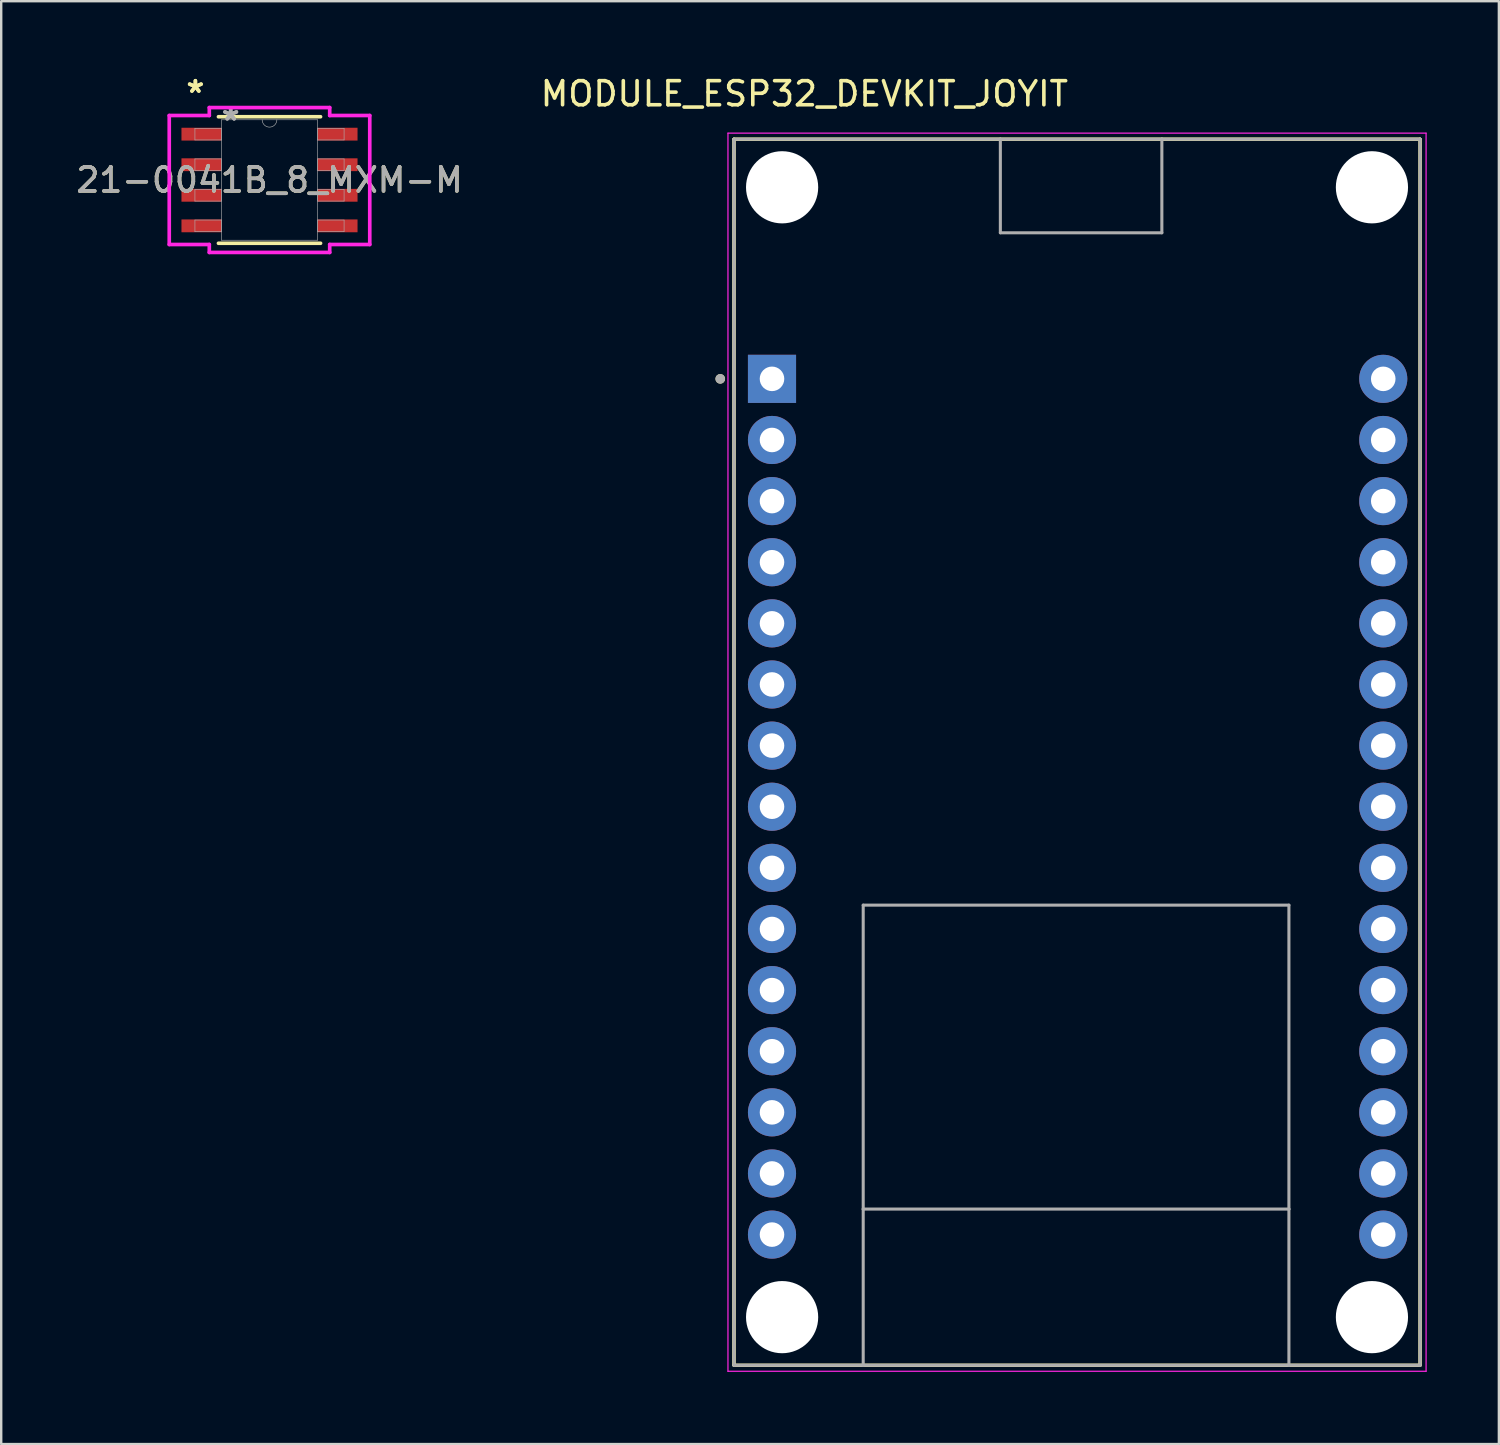
<source format=kicad_pcb>
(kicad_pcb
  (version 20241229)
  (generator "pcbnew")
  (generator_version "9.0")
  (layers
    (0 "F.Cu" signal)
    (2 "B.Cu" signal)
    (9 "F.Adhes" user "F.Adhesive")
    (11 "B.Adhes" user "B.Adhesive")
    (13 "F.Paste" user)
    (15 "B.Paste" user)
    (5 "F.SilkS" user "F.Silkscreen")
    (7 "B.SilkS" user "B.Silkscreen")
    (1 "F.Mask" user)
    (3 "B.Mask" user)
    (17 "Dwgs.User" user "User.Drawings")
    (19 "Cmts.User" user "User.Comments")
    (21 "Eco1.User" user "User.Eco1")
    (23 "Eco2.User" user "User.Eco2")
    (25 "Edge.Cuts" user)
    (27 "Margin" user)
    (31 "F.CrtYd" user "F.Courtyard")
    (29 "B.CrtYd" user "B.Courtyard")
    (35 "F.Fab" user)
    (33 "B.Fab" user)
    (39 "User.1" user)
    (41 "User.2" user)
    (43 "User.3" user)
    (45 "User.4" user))
  (footprint "MODULE_ESP32_DEVKIT_JOYIT"
    (layer "F.Cu")
    (at 41.73 28.208)
    (property "Reference" "MODULE_ESP32_DEVKIT_JOYIT" (at -11.355 -27.36 0) (layer "F.SilkS") (effects (font (size 1 1) (thickness 0.15))))
    (attr through_hole)
    (fp_line (start -14.28 -25.475) (end -3.211 -25.475) (stroke (width 0.127) (type solid)) (layer "F.SilkS"))
    (fp_line (start -14.28 -25.475) (end 14.23 -25.475) (stroke (width 0.127) (type solid)) (layer "F.SilkS"))
    (fp_line (start -14.28 25.475) (end -14.28 -25.475) (stroke (width 0.127) (type solid)) (layer "F.SilkS"))
    (fp_line (start -14.28 25.475) (end -14.28 -25.475) (stroke (width 0.127) (type solid)) (layer "F.SilkS"))
    (fp_line (start -14.28 25.475) (end -8.91 25.475) (stroke (width 0.127) (type solid)) (layer "F.SilkS"))
    (fp_line (start -8.91 25.475) (end 8.78 25.475) (stroke (width 0.127) (type solid)) (layer "F.SilkS"))
    (fp_line (start -3.211 -25.475) (end 3.5 -25.475) (stroke (width 0.127) (type solid)) (layer "F.SilkS"))
    (fp_line (start 3.5 -25.475) (end 14.23 -25.475) (stroke (width 0.127) (type solid)) (layer "F.SilkS"))
    (fp_line (start 8.78 25.475) (end 14.23 25.475) (stroke (width 0.127) (type solid)) (layer "F.SilkS"))
    (fp_line (start 14.23 -25.475) (end 14.23 25.475) (stroke (width 0.127) (type solid)) (layer "F.SilkS"))
    (fp_line (start 14.23 -25.475) (end 14.23 25.475) (stroke (width 0.127) (type solid)) (layer "F.SilkS"))
    (fp_line (start 14.23 25.475) (end -14.28 25.475) (stroke (width 0.127) (type solid)) (layer "F.SilkS"))
    (fp_circle (center -14.85 -15.515) (end -14.75 -15.515) (stroke (width 0.2) (type solid)) (fill no) (layer "F.SilkS"))
    (fp_line (start -14.53 -25.725) (end -14.53 25.725) (stroke (width 0.05) (type solid)) (layer "F.CrtYd"))
    (fp_line (start -14.53 25.725) (end 14.48 25.725) (stroke (width 0.05) (type solid)) (layer "F.CrtYd"))
    (fp_line (start 14.48 -25.725) (end -14.53 -25.725) (stroke (width 0.05) (type solid)) (layer "F.CrtYd"))
    (fp_line (start 14.48 25.725) (end 14.48 -25.725) (stroke (width 0.05) (type solid)) (layer "F.CrtYd"))
    (fp_line (start -14.28 -25.475) (end -3.211 -25.475) (stroke (width 0.127) (type solid)) (layer "F.Fab"))
    (fp_line (start -14.28 25.475) (end -14.28 -25.475) (stroke (width 0.127) (type solid)) (layer "F.Fab"))
    (fp_line (start -14.28 25.475) (end -8.91 25.475) (stroke (width 0.127) (type solid)) (layer "F.Fab"))
    (fp_line (start -8.91 6.355) (end 8.78 6.355) (stroke (width 0.127) (type solid)) (layer "F.Fab"))
    (fp_line (start -8.91 18.985) (end -8.91 6.355) (stroke (width 0.127) (type solid)) (layer "F.Fab"))
    (fp_line (start -8.91 18.985) (end 8.78 18.985) (stroke (width 0.127) (type solid)) (layer "F.Fab"))
    (fp_line (start -8.91 25.475) (end -8.91 18.985) (stroke (width 0.127) (type solid)) (layer "F.Fab"))
    (fp_line (start -8.91 25.475) (end 8.78 25.475) (stroke (width 0.127) (type solid)) (layer "F.Fab"))
    (fp_line (start -3.211 -25.475) (end 3.5 -25.475) (stroke (width 0.127) (type solid)) (layer "F.Fab"))
    (fp_line (start -3.211 -21.585) (end -3.211 -25.475) (stroke (width 0.127) (type solid)) (layer "F.Fab"))
    (fp_line (start 3.5 -25.475) (end 3.5 -21.585) (stroke (width 0.127) (type solid)) (layer "F.Fab"))
    (fp_line (start 3.5 -25.475) (end 14.23 -25.475) (stroke (width 0.127) (type solid)) (layer "F.Fab"))
    (fp_line (start 3.5 -21.585) (end -3.211 -21.585) (stroke (width 0.127) (type solid)) (layer "F.Fab"))
    (fp_line (start 8.78 6.355) (end 8.78 18.985) (stroke (width 0.127) (type solid)) (layer "F.Fab"))
    (fp_line (start 8.78 18.985) (end 8.78 25.475) (stroke (width 0.127) (type solid)) (layer "F.Fab"))
    (fp_line (start 8.78 25.475) (end 14.23 25.475) (stroke (width 0.127) (type solid)) (layer "F.Fab"))
    (fp_line (start 14.23 -25.475) (end 14.23 25.475) (stroke (width 0.127) (type solid)) (layer "F.Fab"))
    (fp_circle (center -14.85 -15.515) (end -14.75 -15.515) (stroke (width 0.2) (type solid)) (fill no) (layer "F.Fab"))
    (pad "" np_thru_hole circle (at -12.28 -23.475) (size 3 3) (drill 3) (layers "*.Cu" "*.Mask"))
    (pad "" np_thru_hole circle (at -12.28 23.475) (size 3 3) (drill 3) (layers "*.Cu" "*.Mask"))
    (pad "" np_thru_hole circle (at 12.23 -23.475) (size 3 3) (drill 3) (layers "*.Cu" "*.Mask"))
    (pad "" np_thru_hole circle (at 12.23 23.475) (size 3 3) (drill 3) (layers "*.Cu" "*.Mask"))
    (pad "1" thru_hole rect (at -12.7 -15.515) (size 2 2) (drill 1.02) (layers "*.Cu" "*.Mask"))
    (pad "2" thru_hole circle (at -12.7 -12.975) (size 2 2) (drill 1.02) (layers "*.Cu" "*.Mask"))
    (pad "3" thru_hole circle (at -12.7 -10.435) (size 2 2) (drill 1.02) (layers "*.Cu" "*.Mask"))
    (pad "4" thru_hole circle (at -12.7 -7.895) (size 2 2) (drill 1.02) (layers "*.Cu" "*.Mask"))
    (pad "5" thru_hole circle (at -12.7 -5.355) (size 2 2) (drill 1.02) (layers "*.Cu" "*.Mask"))
    (pad "6" thru_hole circle (at -12.7 -2.815) (size 2 2) (drill 1.02) (layers "*.Cu" "*.Mask"))
    (pad "7" thru_hole circle (at -12.7 -0.275) (size 2 2) (drill 1.02) (layers "*.Cu" "*.Mask"))
    (pad "8" thru_hole circle (at -12.7 2.265) (size 2 2) (drill 1.02) (layers "*.Cu" "*.Mask"))
    (pad "9" thru_hole circle (at -12.7 4.805) (size 2 2) (drill 1.02) (layers "*.Cu" "*.Mask"))
    (pad "10" thru_hole circle (at -12.7 7.345) (size 2 2) (drill 1.02) (layers "*.Cu" "*.Mask"))
    (pad "11" thru_hole circle (at -12.7 9.885) (size 2 2) (drill 1.02) (layers "*.Cu" "*.Mask"))
    (pad "12" thru_hole circle (at -12.7 12.425) (size 2 2) (drill 1.02) (layers "*.Cu" "*.Mask"))
    (pad "13" thru_hole circle (at -12.7 14.965) (size 2 2) (drill 1.02) (layers "*.Cu" "*.Mask"))
    (pad "14" thru_hole circle (at -12.7 17.505) (size 2 2) (drill 1.02) (layers "*.Cu" "*.Mask"))
    (pad "15" thru_hole circle (at -12.7 20.045) (size 2 2) (drill 1.02) (layers "*.Cu" "*.Mask"))
    (pad "16" thru_hole circle (at 12.7 20.045) (size 2 2) (drill 1.02) (layers "*.Cu" "*.Mask"))
    (pad "17" thru_hole circle (at 12.7 17.505) (size 2 2) (drill 1.02) (layers "*.Cu" "*.Mask"))
    (pad "18" thru_hole circle (at 12.7 14.965) (size 2 2) (drill 1.02) (layers "*.Cu" "*.Mask"))
    (pad "19" thru_hole circle (at 12.7 12.425) (size 2 2) (drill 1.02) (layers "*.Cu" "*.Mask"))
    (pad "20" thru_hole circle (at 12.7 9.885) (size 2 2) (drill 1.02) (layers "*.Cu" "*.Mask"))
    (pad "21" thru_hole circle (at 12.7 7.345) (size 2 2) (drill 1.02) (layers "*.Cu" "*.Mask"))
    (pad "22" thru_hole circle (at 12.7 4.805) (size 2 2) (drill 1.02) (layers "*.Cu" "*.Mask"))
    (pad "23" thru_hole circle (at 12.7 2.265) (size 2 2) (drill 1.02) (layers "*.Cu" "*.Mask"))
    (pad "24" thru_hole circle (at 12.7 -0.275) (size 2 2) (drill 1.02) (layers "*.Cu" "*.Mask"))
    (pad "25" thru_hole circle (at 12.7 -2.815) (size 2 2) (drill 1.02) (layers "*.Cu" "*.Mask"))
    (pad "26" thru_hole circle (at 12.7 -5.355) (size 2 2) (drill 1.02) (layers "*.Cu" "*.Mask"))
    (pad "27" thru_hole circle (at 12.7 -7.895) (size 2 2) (drill 1.02) (layers "*.Cu" "*.Mask"))
    (pad "28" thru_hole circle (at 12.7 -10.435) (size 2 2) (drill 1.02) (layers "*.Cu" "*.Mask"))
    (pad "29" thru_hole circle (at 12.7 -12.975) (size 2 2) (drill 1.02) (layers "*.Cu" "*.Mask"))
    (pad "30" thru_hole circle (at 12.7 -15.515) (size 2 2) (drill 1.02) (layers "*.Cu" "*.Mask"))
    (zone (net_name "") (layer "F.Cu") (hatch full 0.508) (connect_pads) (min_thickness 0.01) (filled_areas_thickness no) (keepout (tracks not_allowed) (vias not_allowed) (pads not_allowed) (copperpour not_allowed) (footprints allowed)) (placement (enabled no)) (fill) (polygon (pts (xy 32.82 47.193) (xy 50.51 47.193) (xy 50.51 53.683) (xy 32.82 53.683))))
    (zone (net_name "") (layers "F.Cu" "B.Cu") (hatch full 0.508) (connect_pads) (min_thickness 0.01) (filled_areas_thickness no) (keepout (tracks allowed) (vias not_allowed) (pads allowed) (copperpour allowed) (footprints allowed)) (placement (enabled no)) (fill) (polygon (pts (xy 32.82 47.193) (xy 50.51 47.193) (xy 50.51 53.683) (xy 32.82 53.683))))
    (zone (net_name "") (layer "B.Cu") (hatch full 0.508) (connect_pads) (min_thickness 0.01) (filled_areas_thickness no) (keepout (tracks not_allowed) (vias not_allowed) (pads not_allowed) (copperpour not_allowed) (footprints allowed)) (placement (enabled no)) (fill) (polygon (pts (xy 32.82 47.193) (xy 50.51 47.193) (xy 50.51 53.683) (xy 32.82 53.683)))))
  (footprint "21-0041B_8_MXM-M"
    (layer "F.Cu")
    (at 8.149 4.43)
    (property "Reference" "21-0041B_8_MXM-M" (at 0 0 0) (unlocked yes) (layer "F.SilkS") (effects (font (size 1 1) (thickness 0.15))))
    (attr smd)
    (fp_line (start -2.121 2.629) (end 2.121 2.629) (stroke (width 0.152) (type solid)) (layer "F.SilkS"))
    (fp_line (start 2.121 -2.629) (end -2.121 -2.629) (stroke (width 0.152) (type solid)) (layer "F.SilkS"))
    (fp_line (start -4.166 -2.68) (end -2.502 -2.68) (stroke (width 0.152) (type solid)) (layer "F.CrtYd"))
    (fp_line (start -4.166 2.68) (end -4.166 -2.68) (stroke (width 0.152) (type solid)) (layer "F.CrtYd"))
    (fp_line (start -4.166 2.68) (end -2.502 2.68) (stroke (width 0.152) (type solid)) (layer "F.CrtYd"))
    (fp_line (start -2.502 -3.01) (end 2.502 -3.01) (stroke (width 0.152) (type solid)) (layer "F.CrtYd"))
    (fp_line (start -2.502 -2.68) (end -2.502 -3.01) (stroke (width 0.152) (type solid)) (layer "F.CrtYd"))
    (fp_line (start -2.502 3.01) (end -2.502 2.68) (stroke (width 0.152) (type solid)) (layer "F.CrtYd"))
    (fp_line (start 2.502 -3.01) (end 2.502 -2.68) (stroke (width 0.152) (type solid)) (layer "F.CrtYd"))
    (fp_line (start 2.502 2.68) (end 2.502 3.01) (stroke (width 0.152) (type solid)) (layer "F.CrtYd"))
    (fp_line (start 2.502 3.01) (end -2.502 3.01) (stroke (width 0.152) (type solid)) (layer "F.CrtYd"))
    (fp_line (start 4.166 -2.68) (end 2.502 -2.68) (stroke (width 0.152) (type solid)) (layer "F.CrtYd"))
    (fp_line (start 4.166 -2.68) (end 4.166 2.68) (stroke (width 0.152) (type solid)) (layer "F.CrtYd"))
    (fp_line (start 4.166 2.68) (end 2.502 2.68) (stroke (width 0.152) (type solid)) (layer "F.CrtYd"))
    (fp_line (start -3.099 -2.146) (end -3.099 -1.664) (stroke (width 0.025) (type solid)) (layer "F.Fab"))
    (fp_line (start -3.099 -1.664) (end -1.994 -1.664) (stroke (width 0.025) (type solid)) (layer "F.Fab"))
    (fp_line (start -3.099 -0.876) (end -3.099 -0.394) (stroke (width 0.025) (type solid)) (layer "F.Fab"))
    (fp_line (start -3.099 -0.394) (end -1.994 -0.394) (stroke (width 0.025) (type solid)) (layer "F.Fab"))
    (fp_line (start -3.099 0.394) (end -3.099 0.876) (stroke (width 0.025) (type solid)) (layer "F.Fab"))
    (fp_line (start -3.099 0.876) (end -1.994 0.876) (stroke (width 0.025) (type solid)) (layer "F.Fab"))
    (fp_line (start -3.099 1.664) (end -3.099 2.146) (stroke (width 0.025) (type solid)) (layer "F.Fab"))
    (fp_line (start -3.099 2.146) (end -1.994 2.146) (stroke (width 0.025) (type solid)) (layer "F.Fab"))
    (fp_line (start -1.994 -2.502) (end -1.994 2.502) (stroke (width 0.025) (type solid)) (layer "F.Fab"))
    (fp_line (start -1.994 -2.146) (end -3.099 -2.146) (stroke (width 0.025) (type solid)) (layer "F.Fab"))
    (fp_line (start -1.994 -1.664) (end -1.994 -2.146) (stroke (width 0.025) (type solid)) (layer "F.Fab"))
    (fp_line (start -1.994 -0.876) (end -3.099 -0.876) (stroke (width 0.025) (type solid)) (layer "F.Fab"))
    (fp_line (start -1.994 -0.394) (end -1.994 -0.876) (stroke (width 0.025) (type solid)) (layer "F.Fab"))
    (fp_line (start -1.994 0.394) (end -3.099 0.394) (stroke (width 0.025) (type solid)) (layer "F.Fab"))
    (fp_line (start -1.994 0.876) (end -1.994 0.394) (stroke (width 0.025) (type solid)) (layer "F.Fab"))
    (fp_line (start -1.994 1.664) (end -3.099 1.664) (stroke (width 0.025) (type solid)) (layer "F.Fab"))
    (fp_line (start -1.994 2.146) (end -1.994 1.664) (stroke (width 0.025) (type solid)) (layer "F.Fab"))
    (fp_line (start -1.994 2.502) (end 1.994 2.502) (stroke (width 0.025) (type solid)) (layer "F.Fab"))
    (fp_line (start 1.994 -2.502) (end -1.994 -2.502) (stroke (width 0.025) (type solid)) (layer "F.Fab"))
    (fp_line (start 1.994 -2.146) (end 1.994 -1.664) (stroke (width 0.025) (type solid)) (layer "F.Fab"))
    (fp_line (start 1.994 -1.664) (end 3.099 -1.664) (stroke (width 0.025) (type solid)) (layer "F.Fab"))
    (fp_line (start 1.994 -0.876) (end 1.994 -0.394) (stroke (width 0.025) (type solid)) (layer "F.Fab"))
    (fp_line (start 1.994 -0.394) (end 3.099 -0.394) (stroke (width 0.025) (type solid)) (layer "F.Fab"))
    (fp_line (start 1.994 0.394) (end 1.994 0.876) (stroke (width 0.025) (type solid)) (layer "F.Fab"))
    (fp_line (start 1.994 0.876) (end 3.099 0.876) (stroke (width 0.025) (type solid)) (layer "F.Fab"))
    (fp_line (start 1.994 1.664) (end 1.994 2.146) (stroke (width 0.025) (type solid)) (layer "F.Fab"))
    (fp_line (start 1.994 2.146) (end 3.099 2.146) (stroke (width 0.025) (type solid)) (layer "F.Fab"))
    (fp_line (start 1.994 2.502) (end 1.994 -2.502) (stroke (width 0.025) (type solid)) (layer "F.Fab"))
    (fp_line (start 3.099 -2.146) (end 1.994 -2.146) (stroke (width 0.025) (type solid)) (layer "F.Fab"))
    (fp_line (start 3.099 -1.664) (end 3.099 -2.146) (stroke (width 0.025) (type solid)) (layer "F.Fab"))
    (fp_line (start 3.099 -0.876) (end 1.994 -0.876) (stroke (width 0.025) (type solid)) (layer "F.Fab"))
    (fp_line (start 3.099 -0.394) (end 3.099 -0.876) (stroke (width 0.025) (type solid)) (layer "F.Fab"))
    (fp_line (start 3.099 0.394) (end 1.994 0.394) (stroke (width 0.025) (type solid)) (layer "F.Fab"))
    (fp_line (start 3.099 0.876) (end 3.099 0.394) (stroke (width 0.025) (type solid)) (layer "F.Fab"))
    (fp_line (start 3.099 1.664) (end 1.994 1.664) (stroke (width 0.025) (type solid)) (layer "F.Fab"))
    (fp_line (start 3.099 2.146) (end 3.099 1.664) (stroke (width 0.025) (type solid)) (layer "F.Fab"))
    (fp_arc (start 0.3048 -2.5019) (mid 0 -2.1971) (end -0.3048 -2.5019) (stroke (width 0.0254) (type solid)) (layer "F.Fab"))
    (fp_text user "*" (at -3.08 -3.581 0) (layer "F.SilkS") (effects (font (size 1 1) (thickness 0.15))))
    (fp_text user "*" (at -3.08 -3.581 0) (unlocked yes) (layer "F.SilkS") (effects (font (size 1 1) (thickness 0.15))))
    (fp_text user "*" (at -1.613 -2.426 0) (layer "F.Fab") (effects (font (size 1 1) (thickness 0.15))))
    (fp_text user "${REFERENCE}" (at 0 0 0) (unlocked yes) (layer "F.Fab") (effects (font (size 1 1) (thickness 0.15))))
    (fp_text user "*" (at -1.613 -2.426 0) (unlocked yes) (layer "F.Fab") (effects (font (size 1 1) (thickness 0.15))))
    (pad "1" smd rect (at -2.826 -1.905) (size 1.664 0.533) (layers "F.Cu" "F.Mask" "F.Paste"))
    (pad "2" smd rect (at -2.826 -0.635) (size 1.664 0.533) (layers "F.Cu" "F.Mask" "F.Paste"))
    (pad "3" smd rect (at -2.826 0.635) (size 1.664 0.533) (layers "F.Cu" "F.Mask" "F.Paste"))
    (pad "4" smd rect (at -2.826 1.905) (size 1.664 0.533) (layers "F.Cu" "F.Mask" "F.Paste"))
    (pad "5" smd rect (at 2.826 1.905) (size 1.664 0.533) (layers "F.Cu" "F.Mask" "F.Paste"))
    (pad "6" smd rect (at 2.826 0.635) (size 1.664 0.533) (layers "F.Cu" "F.Mask" "F.Paste"))
    (pad "7" smd rect (at 2.826 -0.635) (size 1.664 0.533) (layers "F.Cu" "F.Mask" "F.Paste"))
    (pad "8" smd rect (at 2.826 -1.905) (size 1.664 0.533) (layers "F.Cu" "F.Mask" "F.Paste")))
  (gr_rect
    (start -3 -3)
    (end 59.235 56.958)
    (stroke (width 0.1) (type default))
    (fill no)
    (layer "Edge.Cuts")))
</source>
